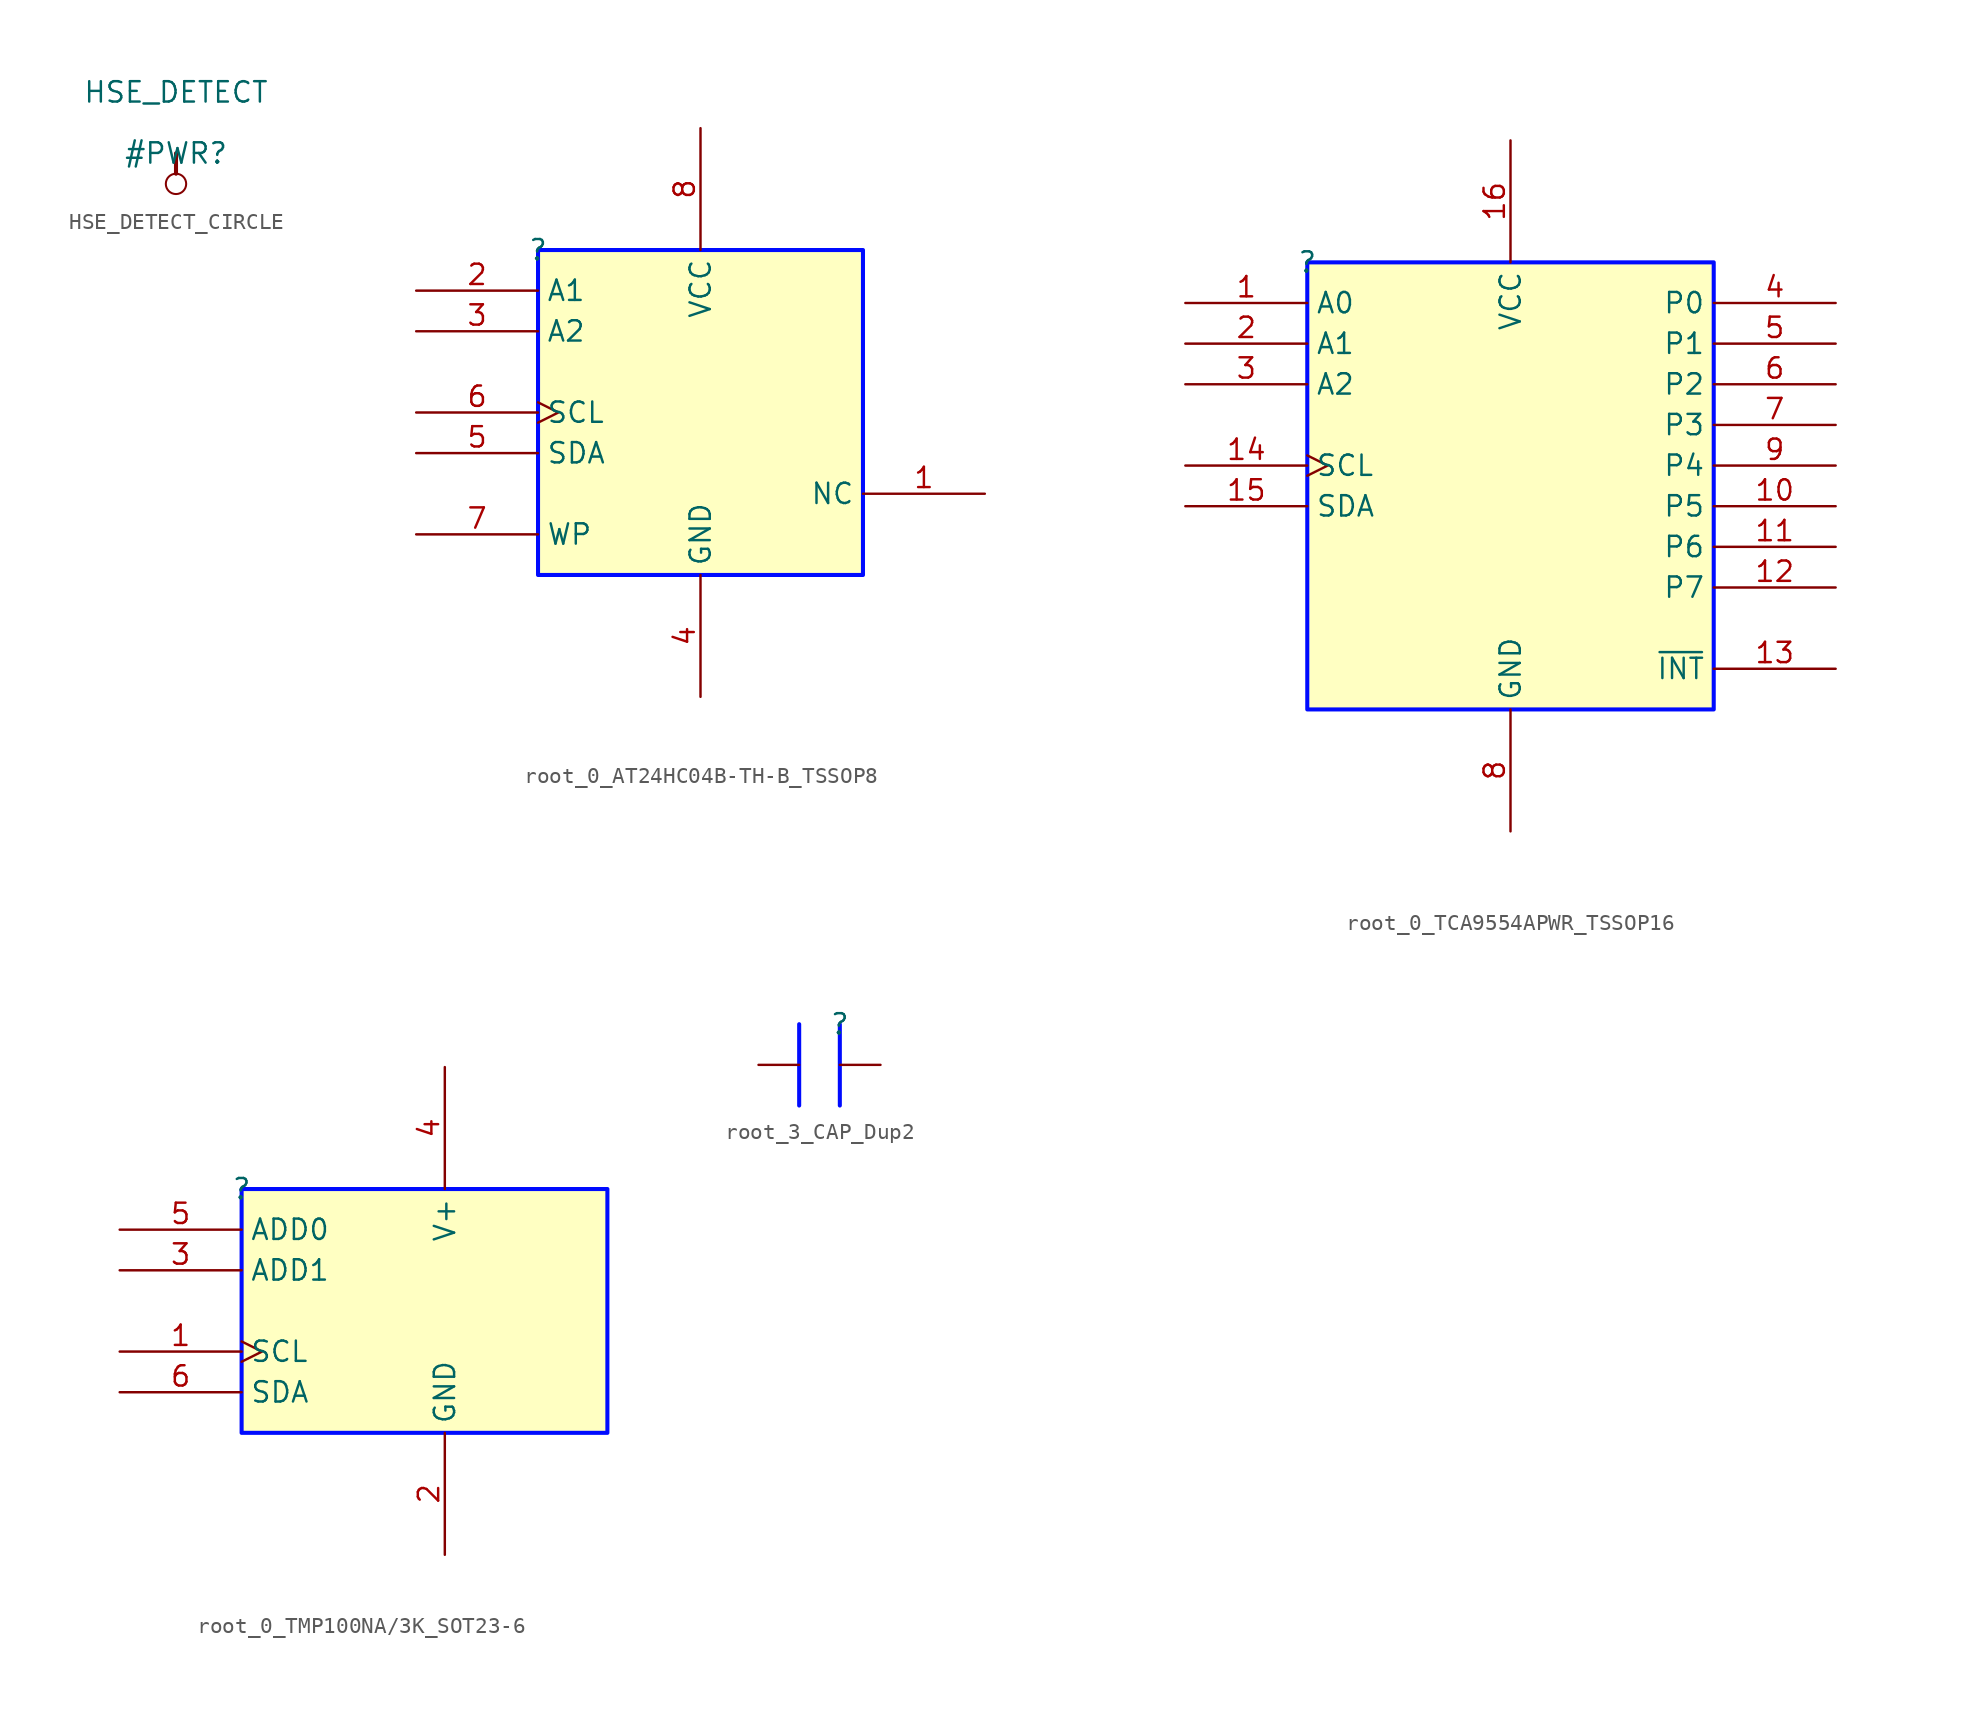
<source format=kicad_sym>
(kicad_symbol_lib
  (version 20231120)
  (generator "kicad_symbol_editor")
  (generator_version "8.0")
  (symbol "HSE_DETECT_CIRCLE"
    (power)
    (property "Reference" "#PWR"
      (at 0 0 0)
      (effects (font (size 1.27 1.27))))
    (property "Value" "HSE_DETECT"
      (at 0 3.81 0)
      (effects (font (size 1.27 1.27))))
    (symbol "HSE_DETECT_CIRCLE_0_0"
      (circle (center 0 -1.905) (radius 0.635) (stroke (width 0.127) (type solid)) (fill (type none)))
      (polyline (pts (xy 0 0) (xy 0 -1.27)) (stroke (width 0.254) (type solid)) (fill (type none)))
      (pin power_in line (at 0 0 0) (length 0) hide (name "HSE_DETECT" (effects (font (size 1.27 1.27)))) (number "" (effects (font (size 1.27 1.27)))))))
  (symbol "root_0_AT24HC04B-TH-B_TSSOP8"
    (property "Reference" ""
      (at 0 0 0)
      (effects (font (size 1.27 1.27))))
    (property "Value" ""
      (at 0 0 0)
      (effects (font (size 1.27 1.27))))
    (symbol "root_0_AT24HC04B-TH-B_TSSOP8_1_0"
      (rectangle (start 20.32 0) (end 0 -20.32) (stroke (width 0.254) (type solid) (color 0 11 255 1)) (fill (type background)))
      (pin passive line (at 27.94 -15.24 180) (length 7.62) (name "NC" (effects (font (size 1.27 1.27)))) (number "1" (effects (font (size 1.27 1.27)))))
      (pin input line (at -7.62 -2.54 0) (length 7.62) (name "A1" (effects (font (size 1.27 1.27)))) (number "2" (effects (font (size 1.27 1.27)))))
      (pin input line (at -7.62 -5.08 0) (length 7.62) (name "A2" (effects (font (size 1.27 1.27)))) (number "3" (effects (font (size 1.27 1.27)))))
      (pin power_in line (at 10.16 -27.94 90) (length 7.62) (name "GND" (effects (font (size 1.27 1.27)))) (number "4" (effects (font (size 1.27 1.27)))))
      (pin bidirectional line (at -7.62 -12.7 0) (length 7.62) (name "SDA" (effects (font (size 1.27 1.27)))) (number "5" (effects (font (size 1.27 1.27)))))
      (pin input clock (at -7.62 -10.16 0) (length 7.62) (name "SCL" (effects (font (size 1.27 1.27)))) (number "6" (effects (font (size 1.27 1.27)))))
      (pin passive line (at -7.62 -17.78 0) (length 7.62) (name "WP" (effects (font (size 1.27 1.27)))) (number "7" (effects (font (size 1.27 1.27)))))
      (pin power_in line (at 10.16 7.62 270) (length 7.62) (name "VCC" (effects (font (size 1.27 1.27)))) (number "8" (effects (font (size 1.27 1.27)))))))
  (symbol "root_0_TCA9554APWR_TSSOP16"
    (property "Reference" ""
      (at 0 0 0)
      (effects (font (size 1.27 1.27))))
    (property "Value" ""
      (at 0 0 0)
      (effects (font (size 1.27 1.27))))
    (symbol "root_0_TCA9554APWR_TSSOP16_1_0"
      (rectangle (start 25.4 0) (end 0 -27.94) (stroke (width 0.254) (type solid) (color 0 11 255 1)) (fill (type background)))
      (pin input line (at -7.62 -2.54 0) (length 7.62) (name "A0" (effects (font (size 1.27 1.27)))) (number "1" (effects (font (size 1.27 1.27)))))
      (pin bidirectional line (at 33.02 -15.24 180) (length 7.62) (name "P5" (effects (font (size 1.27 1.27)))) (number "10" (effects (font (size 1.27 1.27)))))
      (pin bidirectional line (at 33.02 -17.78 180) (length 7.62) (name "P6" (effects (font (size 1.27 1.27)))) (number "11" (effects (font (size 1.27 1.27)))))
      (pin bidirectional line (at 33.02 -20.32 180) (length 7.62) (name "P7" (effects (font (size 1.27 1.27)))) (number "12" (effects (font (size 1.27 1.27)))))
      (pin output line (at 33.02 -25.4 180) (length 7.62) (name "~{INT}" (effects (font (size 1.27 1.27)))) (number "13" (effects (font (size 1.27 1.27)))))
      (pin input clock (at -7.62 -12.7 0) (length 7.62) (name "SCL" (effects (font (size 1.27 1.27)))) (number "14" (effects (font (size 1.27 1.27)))))
      (pin tri_state line (at -7.62 -15.24 0) (length 7.62) (name "SDA" (effects (font (size 1.27 1.27)))) (number "15" (effects (font (size 1.27 1.27)))))
      (pin power_in line (at 12.7 7.62 270) (length 7.62) (name "VCC" (effects (font (size 1.27 1.27)))) (number "16" (effects (font (size 1.27 1.27)))))
      (pin input line (at -7.62 -5.08 0) (length 7.62) (name "A1" (effects (font (size 1.27 1.27)))) (number "2" (effects (font (size 1.27 1.27)))))
      (pin input line (at -7.62 -7.62 0) (length 7.62) (name "A2" (effects (font (size 1.27 1.27)))) (number "3" (effects (font (size 1.27 1.27)))))
      (pin bidirectional line (at 33.02 -2.54 180) (length 7.62) (name "P0" (effects (font (size 1.27 1.27)))) (number "4" (effects (font (size 1.27 1.27)))))
      (pin bidirectional line (at 33.02 -5.08 180) (length 7.62) (name "P1" (effects (font (size 1.27 1.27)))) (number "5" (effects (font (size 1.27 1.27)))))
      (pin bidirectional line (at 33.02 -7.62 180) (length 7.62) (name "P2" (effects (font (size 1.27 1.27)))) (number "6" (effects (font (size 1.27 1.27)))))
      (pin bidirectional line (at 33.02 -10.16 180) (length 7.62) (name "P3" (effects (font (size 1.27 1.27)))) (number "7" (effects (font (size 1.27 1.27)))))
      (pin power_in line (at 12.7 -35.56 90) (length 7.62) (name "GND" (effects (font (size 1.27 1.27)))) (number "8" (effects (font (size 1.27 1.27)))))
      (pin bidirectional line (at 33.02 -12.7 180) (length 7.62) (name "P4" (effects (font (size 1.27 1.27)))) (number "9" (effects (font (size 1.27 1.27)))))))
  (symbol "root_0_TMP100NA/3K_SOT23-6"
    (property "Reference" ""
      (at 0 0 0)
      (effects (font (size 1.27 1.27))))
    (property "Value" ""
      (at 0 0 0)
      (effects (font (size 1.27 1.27))))
    (symbol "root_0_TMP100NA/3K_SOT23-6_1_0"
      (rectangle (start 22.86 0) (end 0 -15.24) (stroke (width 0.254) (type solid) (color 0 11 255 1)) (fill (type background)))
      (pin input clock (at -7.62 -10.16 0) (length 7.62) (name "SCL" (effects (font (size 1.27 1.27)))) (number "1" (effects (font (size 1.27 1.27)))))
      (pin power_in line (at 12.7 -22.86 90) (length 7.62) (name "GND" (effects (font (size 1.27 1.27)))) (number "2" (effects (font (size 1.27 1.27)))))
      (pin input line (at -7.62 -5.08 0) (length 7.62) (name "ADD1" (effects (font (size 1.27 1.27)))) (number "3" (effects (font (size 1.27 1.27)))))
      (pin power_in line (at 12.7 7.62 270) (length 7.62) (name "V+" (effects (font (size 1.27 1.27)))) (number "4" (effects (font (size 1.27 1.27)))))
      (pin input line (at -7.62 -2.54 0) (length 7.62) (name "ADD0" (effects (font (size 1.27 1.27)))) (number "5" (effects (font (size 1.27 1.27)))))
      (pin bidirectional line (at -7.62 -12.7 0) (length 7.62) (name "SDA" (effects (font (size 1.27 1.27)))) (number "6" (effects (font (size 1.27 1.27)))))))
  (symbol "root_3_CAP_Dup2"
    (property "Reference" ""
      (at 0 0 0)
      (effects (font (size 1.27 1.27))))
    (property "Value" ""
      (at 0 0 0)
      (effects (font (size 1.27 1.27))))
    (symbol "root_3_CAP_Dup2_1_0"
      (polyline (pts (xy -2.54 0) (xy -2.54 -5.08)) (stroke (width 0.254) (type solid) (color 0 11 255 1)) (fill (type none)))
      (polyline (pts (xy 0 0) (xy 0 -5.08)) (stroke (width 0.254) (type solid) (color 0 11 255 1)) (fill (type none)))
      (pin passive line (at 2.54 -2.54 180) (length 2.54) (name "1" (effects (font (size 0 0)))) (number "1" (effects (font (size 0 0)))))
      (pin passive line (at -5.08 -2.54 0) (length 2.54) (name "2" (effects (font (size 0 0)))) (number "2" (effects (font (size 0 0))))))))
</source>
